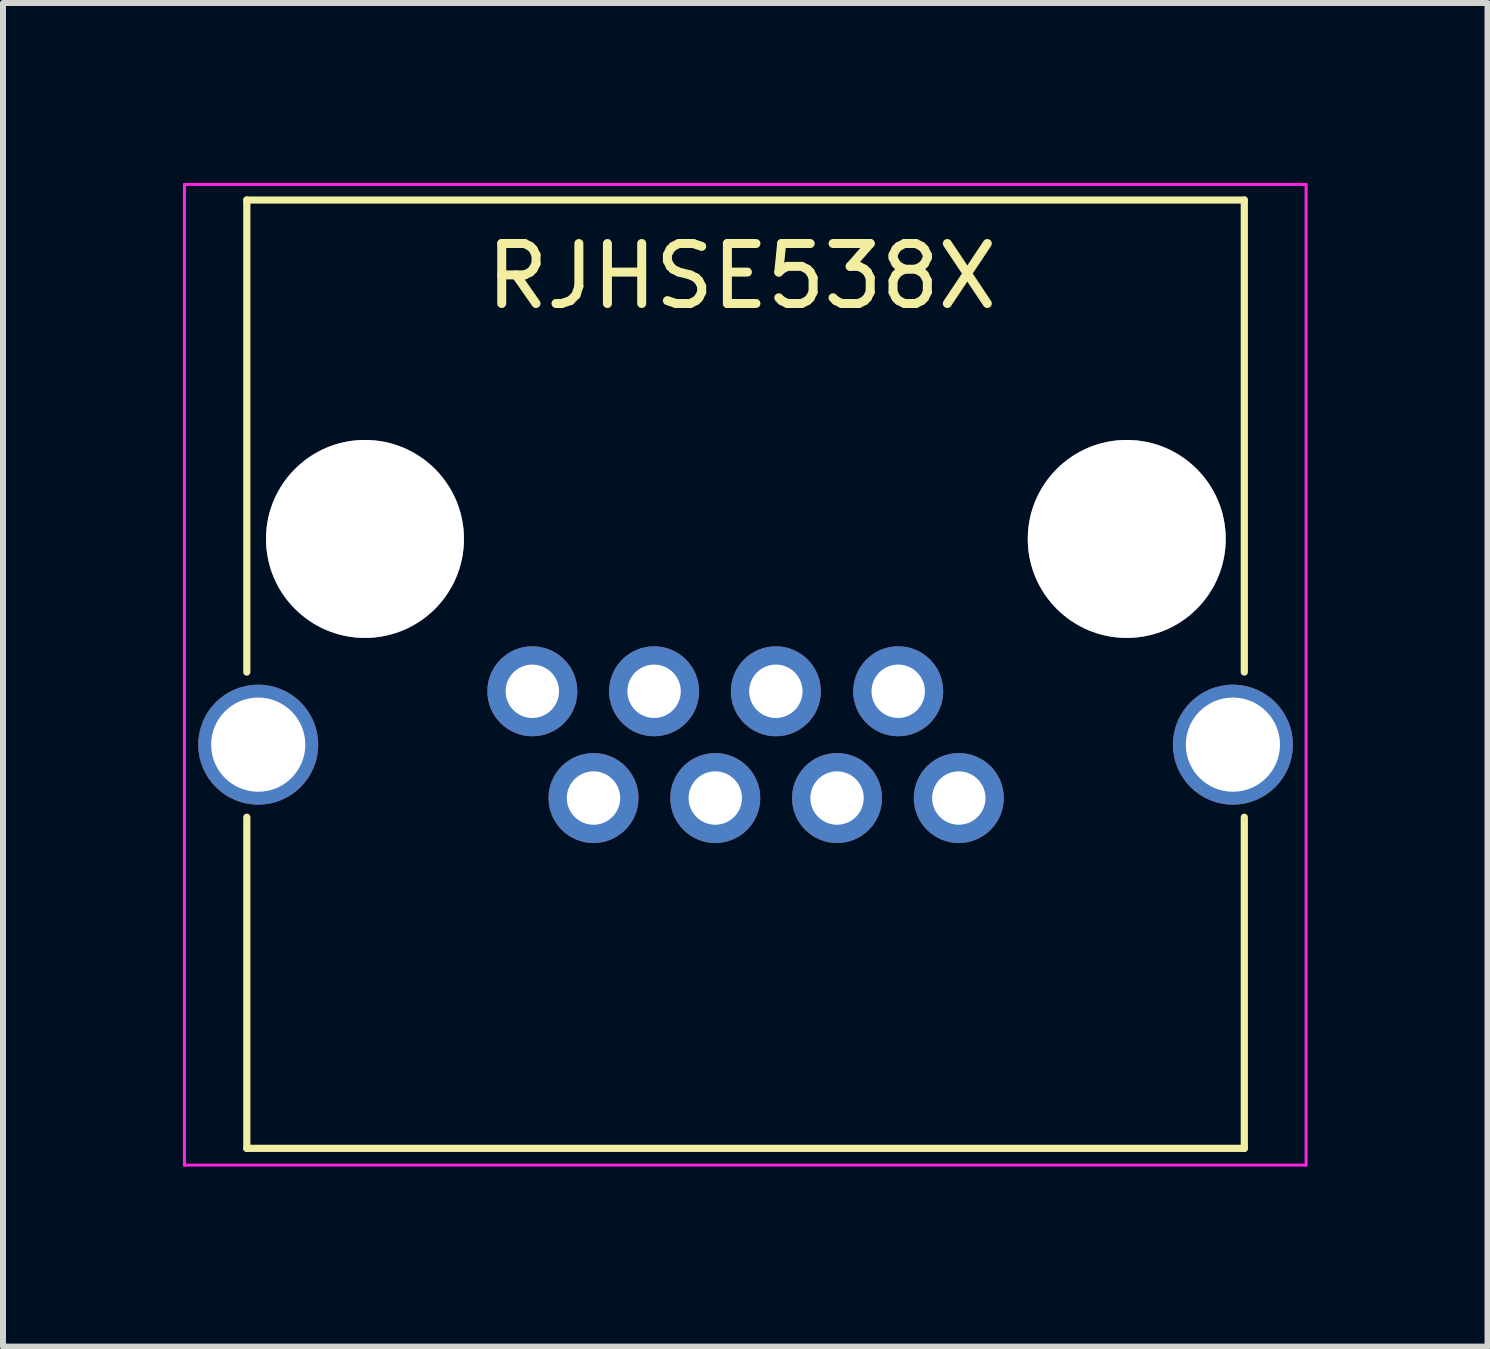
<source format=kicad_pcb>
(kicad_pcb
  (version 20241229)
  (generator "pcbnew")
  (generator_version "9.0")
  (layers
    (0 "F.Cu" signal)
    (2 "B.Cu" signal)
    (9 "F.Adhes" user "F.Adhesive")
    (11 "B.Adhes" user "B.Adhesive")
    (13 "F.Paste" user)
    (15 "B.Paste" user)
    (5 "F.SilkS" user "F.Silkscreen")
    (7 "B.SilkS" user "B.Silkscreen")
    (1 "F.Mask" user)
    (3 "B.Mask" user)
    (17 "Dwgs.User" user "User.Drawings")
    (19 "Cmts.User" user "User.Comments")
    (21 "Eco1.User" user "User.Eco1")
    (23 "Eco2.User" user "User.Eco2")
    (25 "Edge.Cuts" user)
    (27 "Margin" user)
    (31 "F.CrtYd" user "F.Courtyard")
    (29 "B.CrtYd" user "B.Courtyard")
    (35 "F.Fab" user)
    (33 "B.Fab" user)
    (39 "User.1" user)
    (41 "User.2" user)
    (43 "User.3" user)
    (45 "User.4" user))
  (footprint "RJHSE538X"
    (layer "F.Cu")
    (at 5.825 8.475)
    (property "Reference" "RJHSE538X" (at 3.49 -6.92 0) (layer "F.SilkS") (effects (font (size 1 1) (thickness 0.15))))
    (attr through_hole)
    (fp_line (start -4.76 -8.19) (end -4.76 -0.32) (stroke (width 0.12) (type solid)) (layer "F.SilkS"))
    (fp_line (start -4.76 7.62) (end -4.76 2.1) (stroke (width 0.12) (type solid)) (layer "F.SilkS"))
    (fp_line (start 11.87 -8.19) (end -4.76 -8.19) (stroke (width 0.12) (type solid)) (layer "F.SilkS"))
    (fp_line (start 11.87 -8.19) (end 11.87 -0.32) (stroke (width 0.12) (type solid)) (layer "F.SilkS"))
    (fp_line (start 11.87 7.62) (end -4.76 7.62) (stroke (width 0.12) (type solid)) (layer "F.SilkS"))
    (fp_line (start 11.87 7.62) (end 11.87 2.1) (stroke (width 0.12) (type solid)) (layer "F.SilkS"))
    (fp_line (start -5.8 -8.45) (end -5.8 7.9) (stroke (width 0.05) (type solid)) (layer "F.CrtYd"))
    (fp_line (start -5.8 7.9) (end 12.9 7.9) (stroke (width 0.05) (type solid)) (layer "F.CrtYd"))
    (fp_line (start 12.9 -8.45) (end -5.8 -8.45) (stroke (width 0.05) (type solid)) (layer "F.CrtYd"))
    (fp_line (start 12.9 7.9) (end 12.9 -8.45) (stroke (width 0.05) (type solid)) (layer "F.CrtYd"))
    (pad "" thru_hole circle (at -2.79 -2.54) (size 3.3 3.3) (drill 3.3) (layers "*.Cu" "*.Mask"))
    (pad "" thru_hole circle (at 9.91 -2.54) (size 3.3 3.3) (drill 3.3) (layers "*.Cu" "*.Mask"))
    (pad "1" thru_hole circle (at 0 0) (size 1.5 1.5) (drill 0.89) (layers "*.Cu" "*.Mask"))
    (pad "2" thru_hole circle (at 1.02 1.78) (size 1.5 1.5) (drill 0.89) (layers "*.Cu" "*.Mask"))
    (pad "3" thru_hole circle (at 2.03 0) (size 1.5 1.5) (drill 0.89) (layers "*.Cu" "*.Mask"))
    (pad "4" thru_hole circle (at 3.05 1.78) (size 1.5 1.5) (drill 0.89) (layers "*.Cu" "*.Mask"))
    (pad "5" thru_hole circle (at 4.06 0) (size 1.5 1.5) (drill 0.89) (layers "*.Cu" "*.Mask"))
    (pad "6" thru_hole circle (at 5.08 1.78) (size 1.5 1.5) (drill 0.89) (layers "*.Cu" "*.Mask"))
    (pad "7" thru_hole circle (at 6.1 0) (size 1.5 1.5) (drill 0.89) (layers "*.Cu" "*.Mask"))
    (pad "8" thru_hole circle (at 7.11 1.78) (size 1.5 1.5) (drill 0.89) (layers "*.Cu" "*.Mask"))
    (pad "9" thru_hole circle (at -4.57 0.89) (size 2 2) (drill 1.57) (layers "*.Cu" "*.Mask"))
    (pad "9" thru_hole circle (at 11.68 0.89) (size 2 2) (drill 1.57) (layers "*.Cu" "*.Mask")))
  (gr_rect
    (start -3 -3)
    (end 21.75 19.4)
    (stroke (width 0.1) (type default))
    (fill no)
    (layer "Edge.Cuts")))
</source>
